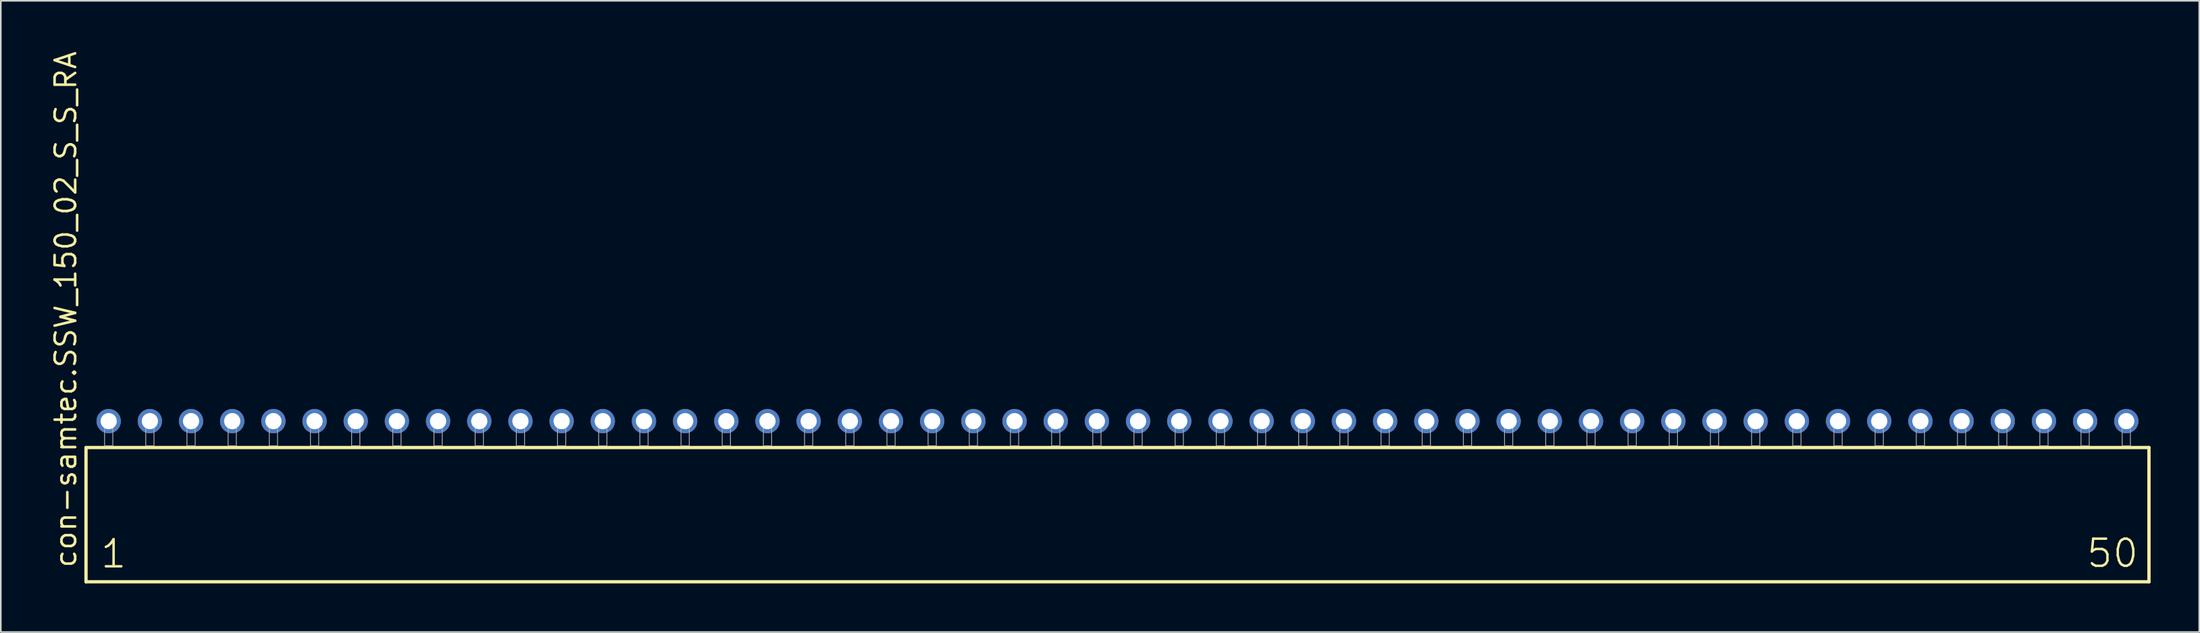
<source format=kicad_pcb>
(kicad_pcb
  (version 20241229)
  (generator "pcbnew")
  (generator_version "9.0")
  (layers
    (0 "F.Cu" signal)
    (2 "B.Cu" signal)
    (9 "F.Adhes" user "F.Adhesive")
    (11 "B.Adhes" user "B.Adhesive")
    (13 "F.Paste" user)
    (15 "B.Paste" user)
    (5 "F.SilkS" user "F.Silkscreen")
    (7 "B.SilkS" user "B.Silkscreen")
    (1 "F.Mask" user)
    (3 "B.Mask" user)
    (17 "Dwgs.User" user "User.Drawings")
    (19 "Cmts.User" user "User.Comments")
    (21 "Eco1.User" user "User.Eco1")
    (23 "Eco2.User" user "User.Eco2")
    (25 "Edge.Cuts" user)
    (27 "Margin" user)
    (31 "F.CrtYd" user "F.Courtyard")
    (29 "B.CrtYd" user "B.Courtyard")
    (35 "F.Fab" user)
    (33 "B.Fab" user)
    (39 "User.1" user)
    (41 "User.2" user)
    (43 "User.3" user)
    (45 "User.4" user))
  (footprint "con-samtec.SSW_150_02_S_S_RA"
    (layer "F.Cu")
    (at 65.885 24.477)
    (property "Reference" "con-samtec.SSW_150_02_S_S_RA" (at -64.135 7.62 90) (layer "F.SilkS") (effects (font (size 1.27 1.27) (thickness 0.16)) (justify left bottom)))
    (attr through_hole)
    (fp_line (start -63.629 0.106) (end -63.629 8.396) (stroke (width 0.203) (type default)) (layer "F.SilkS"))
    (fp_line (start -63.629 8.396) (end 63.629 8.396) (stroke (width 0.203) (type default)) (layer "F.SilkS"))
    (fp_line (start 63.629 0.106) (end -63.629 0.106) (stroke (width 0.203) (type default)) (layer "F.SilkS"))
    (fp_line (start 63.629 8.396) (end 63.629 0.106) (stroke (width 0.203) (type default)) (layer "F.SilkS"))
    (fp_rect (start -62.484 0) (end -61.976 -1.778) (stroke (width 0.05) (type default)) (fill no) (layer "F.Fab"))
    (fp_rect (start -59.944 0) (end -59.436 -1.778) (stroke (width 0.05) (type default)) (fill no) (layer "F.Fab"))
    (fp_rect (start -57.404 0) (end -56.896 -1.778) (stroke (width 0.05) (type default)) (fill no) (layer "F.Fab"))
    (fp_rect (start -54.864 0) (end -54.356 -1.778) (stroke (width 0.05) (type default)) (fill no) (layer "F.Fab"))
    (fp_rect (start -52.324 0) (end -51.816 -1.778) (stroke (width 0.05) (type default)) (fill no) (layer "F.Fab"))
    (fp_rect (start -49.784 0) (end -49.276 -1.778) (stroke (width 0.05) (type default)) (fill no) (layer "F.Fab"))
    (fp_rect (start -47.244 0) (end -46.736 -1.778) (stroke (width 0.05) (type default)) (fill no) (layer "F.Fab"))
    (fp_rect (start -44.704 0) (end -44.196 -1.778) (stroke (width 0.05) (type default)) (fill no) (layer "F.Fab"))
    (fp_rect (start -42.164 0) (end -41.656 -1.778) (stroke (width 0.05) (type default)) (fill no) (layer "F.Fab"))
    (fp_rect (start -39.624 0) (end -39.116 -1.778) (stroke (width 0.05) (type default)) (fill no) (layer "F.Fab"))
    (fp_rect (start -37.084 0) (end -36.576 -1.778) (stroke (width 0.05) (type default)) (fill no) (layer "F.Fab"))
    (fp_rect (start -34.544 0) (end -34.036 -1.778) (stroke (width 0.05) (type default)) (fill no) (layer "F.Fab"))
    (fp_rect (start -32.004 0) (end -31.496 -1.778) (stroke (width 0.05) (type default)) (fill no) (layer "F.Fab"))
    (fp_rect (start -29.464 0) (end -28.956 -1.778) (stroke (width 0.05) (type default)) (fill no) (layer "F.Fab"))
    (fp_rect (start -26.924 0) (end -26.416 -1.778) (stroke (width 0.05) (type default)) (fill no) (layer "F.Fab"))
    (fp_rect (start -24.384 0) (end -23.876 -1.778) (stroke (width 0.05) (type default)) (fill no) (layer "F.Fab"))
    (fp_rect (start -21.844 0) (end -21.336 -1.778) (stroke (width 0.05) (type default)) (fill no) (layer "F.Fab"))
    (fp_rect (start -19.304 0) (end -18.796 -1.778) (stroke (width 0.05) (type default)) (fill no) (layer "F.Fab"))
    (fp_rect (start -16.764 0) (end -16.256 -1.778) (stroke (width 0.05) (type default)) (fill no) (layer "F.Fab"))
    (fp_rect (start -14.224 0) (end -13.716 -1.778) (stroke (width 0.05) (type default)) (fill no) (layer "F.Fab"))
    (fp_rect (start -11.684 0) (end -11.176 -1.778) (stroke (width 0.05) (type default)) (fill no) (layer "F.Fab"))
    (fp_rect (start -9.144 0) (end -8.636 -1.778) (stroke (width 0.05) (type default)) (fill no) (layer "F.Fab"))
    (fp_rect (start -6.604 0) (end -6.096 -1.778) (stroke (width 0.05) (type default)) (fill no) (layer "F.Fab"))
    (fp_rect (start -4.064 0) (end -3.556 -1.778) (stroke (width 0.05) (type default)) (fill no) (layer "F.Fab"))
    (fp_rect (start -1.524 0) (end -1.016 -1.778) (stroke (width 0.05) (type default)) (fill no) (layer "F.Fab"))
    (fp_rect (start 1.016 0) (end 1.524 -1.778) (stroke (width 0.05) (type default)) (fill no) (layer "F.Fab"))
    (fp_rect (start 3.556 0) (end 4.064 -1.778) (stroke (width 0.05) (type default)) (fill no) (layer "F.Fab"))
    (fp_rect (start 6.096 0) (end 6.604 -1.778) (stroke (width 0.05) (type default)) (fill no) (layer "F.Fab"))
    (fp_rect (start 8.636 0) (end 9.144 -1.778) (stroke (width 0.05) (type default)) (fill no) (layer "F.Fab"))
    (fp_rect (start 11.176 0) (end 11.684 -1.778) (stroke (width 0.05) (type default)) (fill no) (layer "F.Fab"))
    (fp_rect (start 13.716 0) (end 14.224 -1.778) (stroke (width 0.05) (type default)) (fill no) (layer "F.Fab"))
    (fp_rect (start 16.256 0) (end 16.764 -1.778) (stroke (width 0.05) (type default)) (fill no) (layer "F.Fab"))
    (fp_rect (start 18.796 0) (end 19.304 -1.778) (stroke (width 0.05) (type default)) (fill no) (layer "F.Fab"))
    (fp_rect (start 21.336 0) (end 21.844 -1.778) (stroke (width 0.05) (type default)) (fill no) (layer "F.Fab"))
    (fp_rect (start 23.876 0) (end 24.384 -1.778) (stroke (width 0.05) (type default)) (fill no) (layer "F.Fab"))
    (fp_rect (start 26.416 0) (end 26.924 -1.778) (stroke (width 0.05) (type default)) (fill no) (layer "F.Fab"))
    (fp_rect (start 28.956 0) (end 29.464 -1.778) (stroke (width 0.05) (type default)) (fill no) (layer "F.Fab"))
    (fp_rect (start 31.496 0) (end 32.004 -1.778) (stroke (width 0.05) (type default)) (fill no) (layer "F.Fab"))
    (fp_rect (start 34.036 0) (end 34.544 -1.778) (stroke (width 0.05) (type default)) (fill no) (layer "F.Fab"))
    (fp_rect (start 36.576 0) (end 37.084 -1.778) (stroke (width 0.05) (type default)) (fill no) (layer "F.Fab"))
    (fp_rect (start 39.116 0) (end 39.624 -1.778) (stroke (width 0.05) (type default)) (fill no) (layer "F.Fab"))
    (fp_rect (start 41.656 0) (end 42.164 -1.778) (stroke (width 0.05) (type default)) (fill no) (layer "F.Fab"))
    (fp_rect (start 44.196 0) (end 44.704 -1.778) (stroke (width 0.05) (type default)) (fill no) (layer "F.Fab"))
    (fp_rect (start 46.736 0) (end 47.244 -1.778) (stroke (width 0.05) (type default)) (fill no) (layer "F.Fab"))
    (fp_rect (start 49.276 0) (end 49.784 -1.778) (stroke (width 0.05) (type default)) (fill no) (layer "F.Fab"))
    (fp_rect (start 51.816 0) (end 52.324 -1.778) (stroke (width 0.05) (type default)) (fill no) (layer "F.Fab"))
    (fp_rect (start 54.356 0) (end 54.864 -1.778) (stroke (width 0.05) (type default)) (fill no) (layer "F.Fab"))
    (fp_rect (start 56.896 0) (end 57.404 -1.778) (stroke (width 0.05) (type default)) (fill no) (layer "F.Fab"))
    (fp_rect (start 59.436 0) (end 59.944 -1.778) (stroke (width 0.05) (type default)) (fill no) (layer "F.Fab"))
    (fp_rect (start 61.976 0) (end 62.484 -1.778) (stroke (width 0.05) (type default)) (fill no) (layer "F.Fab"))
    (fp_text user "1" (at -62.825 7.65 0) (layer "F.SilkS") (effects (font (size 1.676 1.676) (thickness 0.15)) (justify left bottom)))
    (fp_text user "50" (at 59.69 7.62 0) (layer "F.SilkS") (effects (font (size 1.676 1.676) (thickness 0.15)) (justify left bottom)))
    (pad "1" thru_hole circle (at -62.23 -1.524) (size 1.5 1.5) (drill 1) (layers "*.Cu" "*.Mask"))
    (pad "2" thru_hole circle (at -59.69 -1.524) (size 1.5 1.5) (drill 1) (layers "*.Cu" "*.Mask"))
    (pad "3" thru_hole circle (at -57.15 -1.524) (size 1.5 1.5) (drill 1) (layers "*.Cu" "*.Mask"))
    (pad "4" thru_hole circle (at -54.61 -1.524) (size 1.5 1.5) (drill 1) (layers "*.Cu" "*.Mask"))
    (pad "5" thru_hole circle (at -52.07 -1.524) (size 1.5 1.5) (drill 1) (layers "*.Cu" "*.Mask"))
    (pad "6" thru_hole circle (at -49.53 -1.524) (size 1.5 1.5) (drill 1) (layers "*.Cu" "*.Mask"))
    (pad "7" thru_hole circle (at -46.99 -1.524) (size 1.5 1.5) (drill 1) (layers "*.Cu" "*.Mask"))
    (pad "8" thru_hole circle (at -44.45 -1.524) (size 1.5 1.5) (drill 1) (layers "*.Cu" "*.Mask"))
    (pad "9" thru_hole circle (at -41.91 -1.524) (size 1.5 1.5) (drill 1) (layers "*.Cu" "*.Mask"))
    (pad "10" thru_hole circle (at -39.37 -1.524) (size 1.5 1.5) (drill 1) (layers "*.Cu" "*.Mask"))
    (pad "11" thru_hole circle (at -36.83 -1.524) (size 1.5 1.5) (drill 1) (layers "*.Cu" "*.Mask"))
    (pad "12" thru_hole circle (at -34.29 -1.524) (size 1.5 1.5) (drill 1) (layers "*.Cu" "*.Mask"))
    (pad "13" thru_hole circle (at -31.75 -1.524) (size 1.5 1.5) (drill 1) (layers "*.Cu" "*.Mask"))
    (pad "14" thru_hole circle (at -29.21 -1.524) (size 1.5 1.5) (drill 1) (layers "*.Cu" "*.Mask"))
    (pad "15" thru_hole circle (at -26.67 -1.524) (size 1.5 1.5) (drill 1) (layers "*.Cu" "*.Mask"))
    (pad "16" thru_hole circle (at -24.13 -1.524) (size 1.5 1.5) (drill 1) (layers "*.Cu" "*.Mask"))
    (pad "17" thru_hole circle (at -21.59 -1.524) (size 1.5 1.5) (drill 1) (layers "*.Cu" "*.Mask"))
    (pad "18" thru_hole circle (at -19.05 -1.524) (size 1.5 1.5) (drill 1) (layers "*.Cu" "*.Mask"))
    (pad "19" thru_hole circle (at -16.51 -1.524) (size 1.5 1.5) (drill 1) (layers "*.Cu" "*.Mask"))
    (pad "20" thru_hole circle (at -13.97 -1.524) (size 1.5 1.5) (drill 1) (layers "*.Cu" "*.Mask"))
    (pad "21" thru_hole circle (at -11.43 -1.524) (size 1.5 1.5) (drill 1) (layers "*.Cu" "*.Mask"))
    (pad "22" thru_hole circle (at -8.89 -1.524) (size 1.5 1.5) (drill 1) (layers "*.Cu" "*.Mask"))
    (pad "23" thru_hole circle (at -6.35 -1.524) (size 1.5 1.5) (drill 1) (layers "*.Cu" "*.Mask"))
    (pad "24" thru_hole circle (at -3.81 -1.524) (size 1.5 1.5) (drill 1) (layers "*.Cu" "*.Mask"))
    (pad "25" thru_hole circle (at -1.27 -1.524) (size 1.5 1.5) (drill 1) (layers "*.Cu" "*.Mask"))
    (pad "26" thru_hole circle (at 1.27 -1.524) (size 1.5 1.5) (drill 1) (layers "*.Cu" "*.Mask"))
    (pad "27" thru_hole circle (at 3.81 -1.524) (size 1.5 1.5) (drill 1) (layers "*.Cu" "*.Mask"))
    (pad "28" thru_hole circle (at 6.35 -1.524) (size 1.5 1.5) (drill 1) (layers "*.Cu" "*.Mask"))
    (pad "29" thru_hole circle (at 8.89 -1.524) (size 1.5 1.5) (drill 1) (layers "*.Cu" "*.Mask"))
    (pad "30" thru_hole circle (at 11.43 -1.524) (size 1.5 1.5) (drill 1) (layers "*.Cu" "*.Mask"))
    (pad "31" thru_hole circle (at 13.97 -1.524) (size 1.5 1.5) (drill 1) (layers "*.Cu" "*.Mask"))
    (pad "32" thru_hole circle (at 16.51 -1.524) (size 1.5 1.5) (drill 1) (layers "*.Cu" "*.Mask"))
    (pad "33" thru_hole circle (at 19.05 -1.524) (size 1.5 1.5) (drill 1) (layers "*.Cu" "*.Mask"))
    (pad "34" thru_hole circle (at 21.59 -1.524) (size 1.5 1.5) (drill 1) (layers "*.Cu" "*.Mask"))
    (pad "35" thru_hole circle (at 24.13 -1.524) (size 1.5 1.5) (drill 1) (layers "*.Cu" "*.Mask"))
    (pad "36" thru_hole circle (at 26.67 -1.524) (size 1.5 1.5) (drill 1) (layers "*.Cu" "*.Mask"))
    (pad "37" thru_hole circle (at 29.21 -1.524) (size 1.5 1.5) (drill 1) (layers "*.Cu" "*.Mask"))
    (pad "38" thru_hole circle (at 31.75 -1.524) (size 1.5 1.5) (drill 1) (layers "*.Cu" "*.Mask"))
    (pad "39" thru_hole circle (at 34.29 -1.524) (size 1.5 1.5) (drill 1) (layers "*.Cu" "*.Mask"))
    (pad "40" thru_hole circle (at 36.83 -1.524) (size 1.5 1.5) (drill 1) (layers "*.Cu" "*.Mask"))
    (pad "41" thru_hole circle (at 39.37 -1.524) (size 1.5 1.5) (drill 1) (layers "*.Cu" "*.Mask"))
    (pad "42" thru_hole circle (at 41.91 -1.524) (size 1.5 1.5) (drill 1) (layers "*.Cu" "*.Mask"))
    (pad "43" thru_hole circle (at 44.45 -1.524) (size 1.5 1.5) (drill 1) (layers "*.Cu" "*.Mask"))
    (pad "44" thru_hole circle (at 46.99 -1.524) (size 1.5 1.5) (drill 1) (layers "*.Cu" "*.Mask"))
    (pad "45" thru_hole circle (at 49.53 -1.524) (size 1.5 1.5) (drill 1) (layers "*.Cu" "*.Mask"))
    (pad "46" thru_hole circle (at 52.07 -1.524) (size 1.5 1.5) (drill 1) (layers "*.Cu" "*.Mask"))
    (pad "47" thru_hole circle (at 54.61 -1.524) (size 1.5 1.5) (drill 1) (layers "*.Cu" "*.Mask"))
    (pad "48" thru_hole circle (at 57.15 -1.524) (size 1.5 1.5) (drill 1) (layers "*.Cu" "*.Mask"))
    (pad "49" thru_hole circle (at 59.69 -1.524) (size 1.5 1.5) (drill 1) (layers "*.Cu" "*.Mask"))
    (pad "50" thru_hole circle (at 62.23 -1.524) (size 1.5 1.5) (drill 1) (layers "*.Cu" "*.Mask")))
  (gr_rect
    (start -3 -3)
    (end 132.616 35.975)
    (stroke (width 0.1) (type default))
    (fill no)
    (layer "Edge.Cuts")))
</source>
